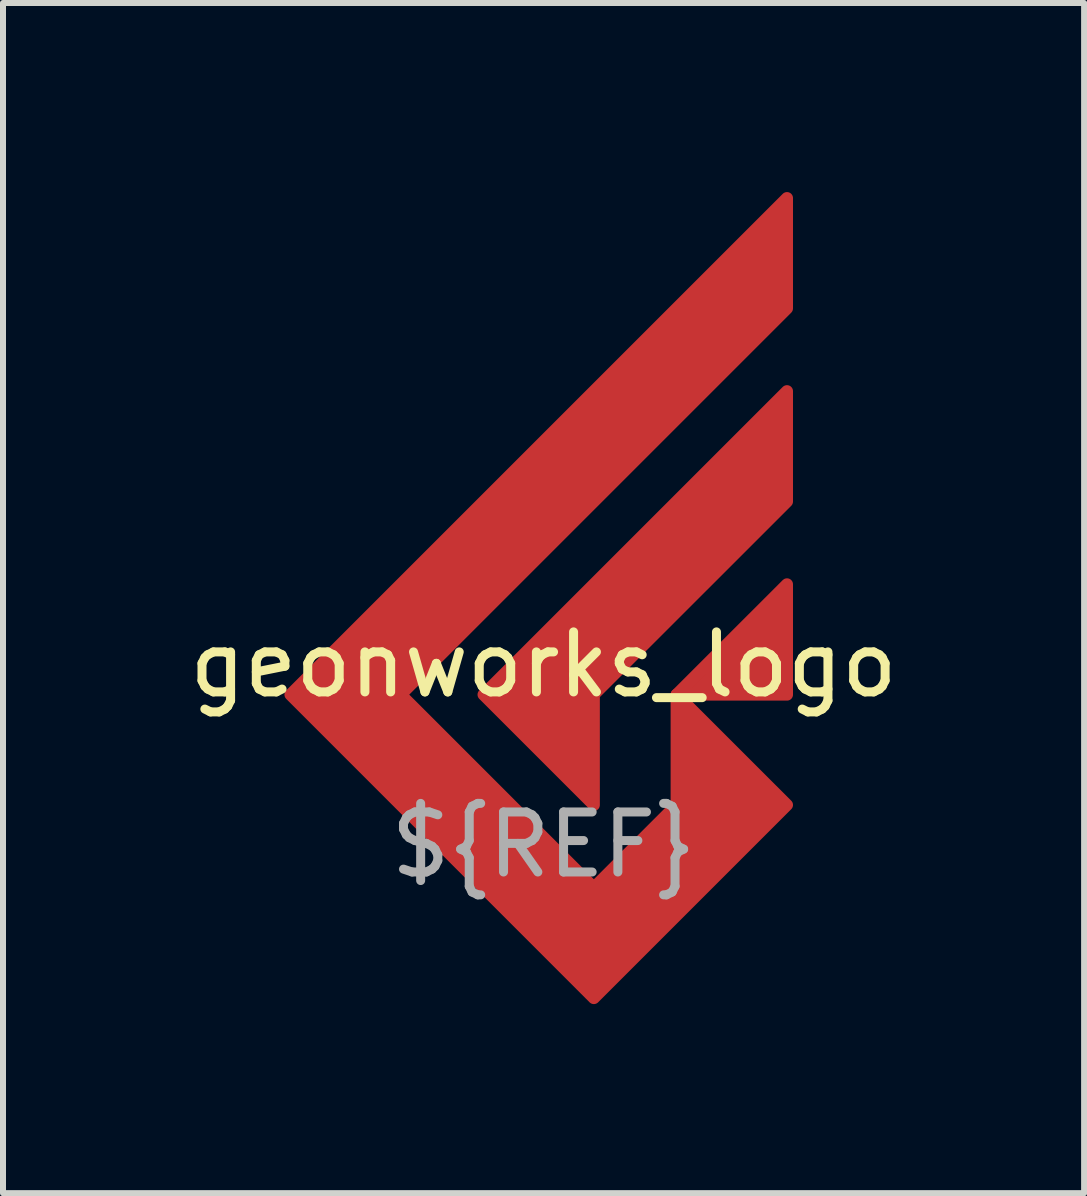
<source format=kicad_pcb>
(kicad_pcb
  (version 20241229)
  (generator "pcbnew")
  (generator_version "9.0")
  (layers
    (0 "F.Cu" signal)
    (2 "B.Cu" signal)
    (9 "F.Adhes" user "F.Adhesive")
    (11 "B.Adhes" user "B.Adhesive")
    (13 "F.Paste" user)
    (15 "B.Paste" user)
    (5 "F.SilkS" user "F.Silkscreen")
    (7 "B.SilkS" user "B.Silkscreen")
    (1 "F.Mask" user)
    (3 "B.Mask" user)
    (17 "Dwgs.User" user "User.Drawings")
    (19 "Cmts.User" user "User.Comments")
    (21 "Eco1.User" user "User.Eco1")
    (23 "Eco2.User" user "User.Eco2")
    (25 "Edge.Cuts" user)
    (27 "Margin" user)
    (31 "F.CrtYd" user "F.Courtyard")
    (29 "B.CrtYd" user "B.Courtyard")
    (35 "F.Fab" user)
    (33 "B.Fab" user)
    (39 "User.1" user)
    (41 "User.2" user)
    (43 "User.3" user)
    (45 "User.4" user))
  (footprint "geonworks_logo"
    (layer "F.Cu")
    (at 6.006 8.523)
    (property "Reference" "geonworks_logo" (at 0 -0.5 0) (unlocked yes) (layer "F.SilkS") (effects (font (size 1 1) (thickness 0.15))))
    (fp_poly (pts (xy 4.056 0) (xy 2.217 0) (xy 4.056 -1.838)) (stroke (width 0.2) (type solid)) (fill yes) (layer "F.Cu"))
    (fp_poly (pts (xy 4.056 -3.217) (xy 0.838 0) (xy 0.838 1.838) (xy -1 0) (xy 4.056 -5.056)) (stroke (width 0.2) (type solid)) (fill yes) (layer "F.Cu"))
    (fp_poly (pts (xy 4.056 -6.435) (xy -2.379 0) (xy 0.838 3.217) (xy 2.217 1.838) (xy 2.217 0) (xy 4.056 1.838) (xy 0.838 5.056) (xy -4.217 0) (xy 4.056 -8.273)) (stroke (width 0.2) (type solid)) (fill yes) (layer "F.Cu"))
    (fp_poly (pts (xy 4.056 0) (xy 2.217 0) (xy 4.056 -1.838)) (stroke (width 0.5) (type solid)) (fill yes) (layer "F.Mask"))
    (fp_poly (pts (xy 4.056 -3.217) (xy 0.838 0) (xy 0.838 1.838) (xy -1 0) (xy 4.056 -5.056)) (stroke (width 0.5) (type solid)) (fill yes) (layer "F.Mask"))
    (fp_poly (pts (xy 4.056 -6.435) (xy -2.379 0) (xy 0.838 3.217) (xy 2.217 1.838) (xy 2.217 0) (xy 4.056 1.838) (xy 0.838 5.056) (xy -4.217 0) (xy 4.056 -8.273)) (stroke (width 0.5) (type solid)) (fill yes) (layer "F.Mask"))
    (fp_text user "${REF}" (at 0 2.5 0) (unlocked yes) (layer "F.Fab") (effects (font (size 1 1) (thickness 0.15)))))
  (gr_rect
    (start -3 -3)
    (end 15.012 16.829)
    (stroke (width 0.1) (type default))
    (fill no)
    (layer "Edge.Cuts")))
</source>
